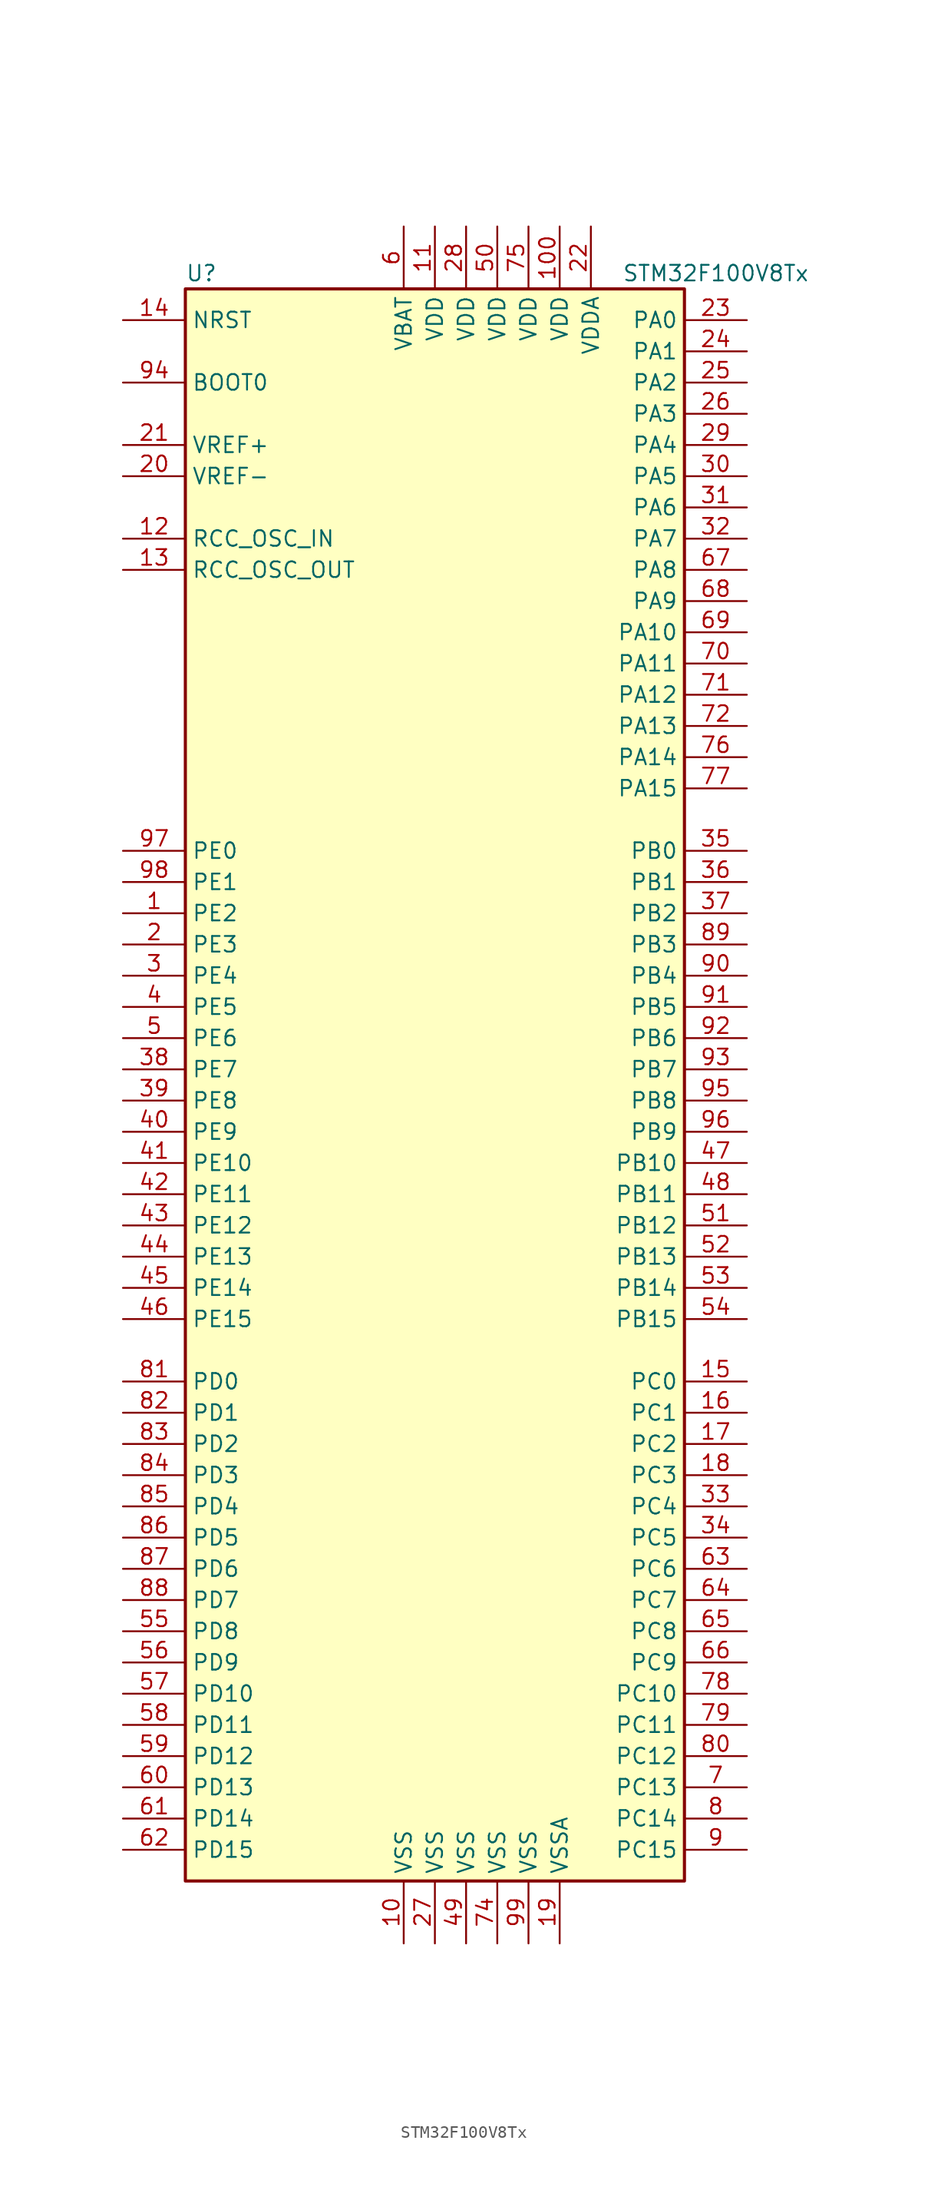
<source format=kicad_sym>
(kicad_symbol_lib
  (version 20201005)
  (generator kicad_symbol_editor)
  (symbol "MCU_ST_STM32F1:STM32F100V8Tx"
    (property "Reference" "U"
      (at -20.32 64.77 0)
      (effects (font (size 1.27 1.27)) (justify left)))
    (property "Value" "STM32F100V8Tx"
      (at 15.24 64.77 0)
      (effects (font (size 1.27 1.27)) (justify left)))
    (symbol "STM32F100V8Tx_0_1"
      (rectangle (start -20.32 -66.04) (end 20.32 63.5) (stroke (width 0.254)) (fill (type background))))
    (symbol "STM32F100V8Tx_1_1"
      (pin input line (at -25.4 55.88 0) (length 5.08) (name "BOOT0" (effects (font (size 1.27 1.27)))) (number "94" (effects (font (size 1.27 1.27)))))
      (pin no_connect line (at -20.32 -63.5 0) (length 5.08) hide (name "NC" (effects (font (size 1.27 1.27)))) (number "73" (effects (font (size 1.27 1.27)))))
      (pin input line (at -25.4 60.96 0) (length 5.08) (name "NRST" (effects (font (size 1.27 1.27)))) (number "14" (effects (font (size 1.27 1.27)))))
      (pin bidirectional line (at 25.4 60.96 180) (length 5.08) (name "PA0" (effects (font (size 1.27 1.27)))) (number "23" (effects (font (size 1.27 1.27)))))
      (pin bidirectional line (at 25.4 58.42 180) (length 5.08) (name "PA1" (effects (font (size 1.27 1.27)))) (number "24" (effects (font (size 1.27 1.27)))))
      (pin bidirectional line (at 25.4 35.56 180) (length 5.08) (name "PA10" (effects (font (size 1.27 1.27)))) (number "69" (effects (font (size 1.27 1.27)))))
      (pin bidirectional line (at 25.4 33.02 180) (length 5.08) (name "PA11" (effects (font (size 1.27 1.27)))) (number "70" (effects (font (size 1.27 1.27)))))
      (pin bidirectional line (at 25.4 30.48 180) (length 5.08) (name "PA12" (effects (font (size 1.27 1.27)))) (number "71" (effects (font (size 1.27 1.27)))))
      (pin bidirectional line (at 25.4 27.94 180) (length 5.08) (name "PA13" (effects (font (size 1.27 1.27)))) (number "72" (effects (font (size 1.27 1.27)))))
      (pin bidirectional line (at 25.4 25.4 180) (length 5.08) (name "PA14" (effects (font (size 1.27 1.27)))) (number "76" (effects (font (size 1.27 1.27)))))
      (pin bidirectional line (at 25.4 22.86 180) (length 5.08) (name "PA15" (effects (font (size 1.27 1.27)))) (number "77" (effects (font (size 1.27 1.27)))))
      (pin bidirectional line (at 25.4 55.88 180) (length 5.08) (name "PA2" (effects (font (size 1.27 1.27)))) (number "25" (effects (font (size 1.27 1.27)))))
      (pin bidirectional line (at 25.4 53.34 180) (length 5.08) (name "PA3" (effects (font (size 1.27 1.27)))) (number "26" (effects (font (size 1.27 1.27)))))
      (pin bidirectional line (at 25.4 50.8 180) (length 5.08) (name "PA4" (effects (font (size 1.27 1.27)))) (number "29" (effects (font (size 1.27 1.27)))))
      (pin bidirectional line (at 25.4 48.26 180) (length 5.08) (name "PA5" (effects (font (size 1.27 1.27)))) (number "30" (effects (font (size 1.27 1.27)))))
      (pin bidirectional line (at 25.4 45.72 180) (length 5.08) (name "PA6" (effects (font (size 1.27 1.27)))) (number "31" (effects (font (size 1.27 1.27)))))
      (pin bidirectional line (at 25.4 43.18 180) (length 5.08) (name "PA7" (effects (font (size 1.27 1.27)))) (number "32" (effects (font (size 1.27 1.27)))))
      (pin bidirectional line (at 25.4 40.64 180) (length 5.08) (name "PA8" (effects (font (size 1.27 1.27)))) (number "67" (effects (font (size 1.27 1.27)))))
      (pin bidirectional line (at 25.4 38.1 180) (length 5.08) (name "PA9" (effects (font (size 1.27 1.27)))) (number "68" (effects (font (size 1.27 1.27)))))
      (pin bidirectional line (at 25.4 17.78 180) (length 5.08) (name "PB0" (effects (font (size 1.27 1.27)))) (number "35" (effects (font (size 1.27 1.27)))))
      (pin bidirectional line (at 25.4 15.24 180) (length 5.08) (name "PB1" (effects (font (size 1.27 1.27)))) (number "36" (effects (font (size 1.27 1.27)))))
      (pin bidirectional line (at 25.4 -7.62 180) (length 5.08) (name "PB10" (effects (font (size 1.27 1.27)))) (number "47" (effects (font (size 1.27 1.27)))))
      (pin bidirectional line (at 25.4 -10.16 180) (length 5.08) (name "PB11" (effects (font (size 1.27 1.27)))) (number "48" (effects (font (size 1.27 1.27)))))
      (pin bidirectional line (at 25.4 -12.7 180) (length 5.08) (name "PB12" (effects (font (size 1.27 1.27)))) (number "51" (effects (font (size 1.27 1.27)))))
      (pin bidirectional line (at 25.4 -15.24 180) (length 5.08) (name "PB13" (effects (font (size 1.27 1.27)))) (number "52" (effects (font (size 1.27 1.27)))))
      (pin bidirectional line (at 25.4 -17.78 180) (length 5.08) (name "PB14" (effects (font (size 1.27 1.27)))) (number "53" (effects (font (size 1.27 1.27)))))
      (pin bidirectional line (at 25.4 -20.32 180) (length 5.08) (name "PB15" (effects (font (size 1.27 1.27)))) (number "54" (effects (font (size 1.27 1.27)))))
      (pin bidirectional line (at 25.4 12.7 180) (length 5.08) (name "PB2" (effects (font (size 1.27 1.27)))) (number "37" (effects (font (size 1.27 1.27)))))
      (pin bidirectional line (at 25.4 10.16 180) (length 5.08) (name "PB3" (effects (font (size 1.27 1.27)))) (number "89" (effects (font (size 1.27 1.27)))))
      (pin bidirectional line (at 25.4 7.62 180) (length 5.08) (name "PB4" (effects (font (size 1.27 1.27)))) (number "90" (effects (font (size 1.27 1.27)))))
      (pin bidirectional line (at 25.4 5.08 180) (length 5.08) (name "PB5" (effects (font (size 1.27 1.27)))) (number "91" (effects (font (size 1.27 1.27)))))
      (pin bidirectional line (at 25.4 2.54 180) (length 5.08) (name "PB6" (effects (font (size 1.27 1.27)))) (number "92" (effects (font (size 1.27 1.27)))))
      (pin bidirectional line (at 25.4 0 180) (length 5.08) (name "PB7" (effects (font (size 1.27 1.27)))) (number "93" (effects (font (size 1.27 1.27)))))
      (pin bidirectional line (at 25.4 -2.54 180) (length 5.08) (name "PB8" (effects (font (size 1.27 1.27)))) (number "95" (effects (font (size 1.27 1.27)))))
      (pin bidirectional line (at 25.4 -5.08 180) (length 5.08) (name "PB9" (effects (font (size 1.27 1.27)))) (number "96" (effects (font (size 1.27 1.27)))))
      (pin bidirectional line (at 25.4 -25.4 180) (length 5.08) (name "PC0" (effects (font (size 1.27 1.27)))) (number "15" (effects (font (size 1.27 1.27)))))
      (pin bidirectional line (at 25.4 -27.94 180) (length 5.08) (name "PC1" (effects (font (size 1.27 1.27)))) (number "16" (effects (font (size 1.27 1.27)))))
      (pin bidirectional line (at 25.4 -50.8 180) (length 5.08) (name "PC10" (effects (font (size 1.27 1.27)))) (number "78" (effects (font (size 1.27 1.27)))))
      (pin bidirectional line (at 25.4 -53.34 180) (length 5.08) (name "PC11" (effects (font (size 1.27 1.27)))) (number "79" (effects (font (size 1.27 1.27)))))
      (pin bidirectional line (at 25.4 -55.88 180) (length 5.08) (name "PC12" (effects (font (size 1.27 1.27)))) (number "80" (effects (font (size 1.27 1.27)))))
      (pin bidirectional line (at 25.4 -58.42 180) (length 5.08) (name "PC13" (effects (font (size 1.27 1.27)))) (number "7" (effects (font (size 1.27 1.27)))))
      (pin bidirectional line (at 25.4 -60.96 180) (length 5.08) (name "PC14" (effects (font (size 1.27 1.27)))) (number "8" (effects (font (size 1.27 1.27)))))
      (pin bidirectional line (at 25.4 -63.5 180) (length 5.08) (name "PC15" (effects (font (size 1.27 1.27)))) (number "9" (effects (font (size 1.27 1.27)))))
      (pin bidirectional line (at 25.4 -30.48 180) (length 5.08) (name "PC2" (effects (font (size 1.27 1.27)))) (number "17" (effects (font (size 1.27 1.27)))))
      (pin bidirectional line (at 25.4 -33.02 180) (length 5.08) (name "PC3" (effects (font (size 1.27 1.27)))) (number "18" (effects (font (size 1.27 1.27)))))
      (pin bidirectional line (at 25.4 -35.56 180) (length 5.08) (name "PC4" (effects (font (size 1.27 1.27)))) (number "33" (effects (font (size 1.27 1.27)))))
      (pin bidirectional line (at 25.4 -38.1 180) (length 5.08) (name "PC5" (effects (font (size 1.27 1.27)))) (number "34" (effects (font (size 1.27 1.27)))))
      (pin bidirectional line (at 25.4 -40.64 180) (length 5.08) (name "PC6" (effects (font (size 1.27 1.27)))) (number "63" (effects (font (size 1.27 1.27)))))
      (pin bidirectional line (at 25.4 -43.18 180) (length 5.08) (name "PC7" (effects (font (size 1.27 1.27)))) (number "64" (effects (font (size 1.27 1.27)))))
      (pin bidirectional line (at 25.4 -45.72 180) (length 5.08) (name "PC8" (effects (font (size 1.27 1.27)))) (number "65" (effects (font (size 1.27 1.27)))))
      (pin bidirectional line (at 25.4 -48.26 180) (length 5.08) (name "PC9" (effects (font (size 1.27 1.27)))) (number "66" (effects (font (size 1.27 1.27)))))
      (pin bidirectional line (at -25.4 -25.4 0) (length 5.08) (name "PD0" (effects (font (size 1.27 1.27)))) (number "81" (effects (font (size 1.27 1.27)))))
      (pin bidirectional line (at -25.4 -27.94 0) (length 5.08) (name "PD1" (effects (font (size 1.27 1.27)))) (number "82" (effects (font (size 1.27 1.27)))))
      (pin bidirectional line (at -25.4 -50.8 0) (length 5.08) (name "PD10" (effects (font (size 1.27 1.27)))) (number "57" (effects (font (size 1.27 1.27)))))
      (pin bidirectional line (at -25.4 -53.34 0) (length 5.08) (name "PD11" (effects (font (size 1.27 1.27)))) (number "58" (effects (font (size 1.27 1.27)))))
      (pin bidirectional line (at -25.4 -55.88 0) (length 5.08) (name "PD12" (effects (font (size 1.27 1.27)))) (number "59" (effects (font (size 1.27 1.27)))))
      (pin bidirectional line (at -25.4 -58.42 0) (length 5.08) (name "PD13" (effects (font (size 1.27 1.27)))) (number "60" (effects (font (size 1.27 1.27)))))
      (pin bidirectional line (at -25.4 -60.96 0) (length 5.08) (name "PD14" (effects (font (size 1.27 1.27)))) (number "61" (effects (font (size 1.27 1.27)))))
      (pin bidirectional line (at -25.4 -63.5 0) (length 5.08) (name "PD15" (effects (font (size 1.27 1.27)))) (number "62" (effects (font (size 1.27 1.27)))))
      (pin bidirectional line (at -25.4 -30.48 0) (length 5.08) (name "PD2" (effects (font (size 1.27 1.27)))) (number "83" (effects (font (size 1.27 1.27)))))
      (pin bidirectional line (at -25.4 -33.02 0) (length 5.08) (name "PD3" (effects (font (size 1.27 1.27)))) (number "84" (effects (font (size 1.27 1.27)))))
      (pin bidirectional line (at -25.4 -35.56 0) (length 5.08) (name "PD4" (effects (font (size 1.27 1.27)))) (number "85" (effects (font (size 1.27 1.27)))))
      (pin bidirectional line (at -25.4 -38.1 0) (length 5.08) (name "PD5" (effects (font (size 1.27 1.27)))) (number "86" (effects (font (size 1.27 1.27)))))
      (pin bidirectional line (at -25.4 -40.64 0) (length 5.08) (name "PD6" (effects (font (size 1.27 1.27)))) (number "87" (effects (font (size 1.27 1.27)))))
      (pin bidirectional line (at -25.4 -43.18 0) (length 5.08) (name "PD7" (effects (font (size 1.27 1.27)))) (number "88" (effects (font (size 1.27 1.27)))))
      (pin bidirectional line (at -25.4 -45.72 0) (length 5.08) (name "PD8" (effects (font (size 1.27 1.27)))) (number "55" (effects (font (size 1.27 1.27)))))
      (pin bidirectional line (at -25.4 -48.26 0) (length 5.08) (name "PD9" (effects (font (size 1.27 1.27)))) (number "56" (effects (font (size 1.27 1.27)))))
      (pin bidirectional line (at -25.4 17.78 0) (length 5.08) (name "PE0" (effects (font (size 1.27 1.27)))) (number "97" (effects (font (size 1.27 1.27)))))
      (pin bidirectional line (at -25.4 15.24 0) (length 5.08) (name "PE1" (effects (font (size 1.27 1.27)))) (number "98" (effects (font (size 1.27 1.27)))))
      (pin bidirectional line (at -25.4 -7.62 0) (length 5.08) (name "PE10" (effects (font (size 1.27 1.27)))) (number "41" (effects (font (size 1.27 1.27)))))
      (pin bidirectional line (at -25.4 -10.16 0) (length 5.08) (name "PE11" (effects (font (size 1.27 1.27)))) (number "42" (effects (font (size 1.27 1.27)))))
      (pin bidirectional line (at -25.4 -12.7 0) (length 5.08) (name "PE12" (effects (font (size 1.27 1.27)))) (number "43" (effects (font (size 1.27 1.27)))))
      (pin bidirectional line (at -25.4 -15.24 0) (length 5.08) (name "PE13" (effects (font (size 1.27 1.27)))) (number "44" (effects (font (size 1.27 1.27)))))
      (pin bidirectional line (at -25.4 -17.78 0) (length 5.08) (name "PE14" (effects (font (size 1.27 1.27)))) (number "45" (effects (font (size 1.27 1.27)))))
      (pin bidirectional line (at -25.4 -20.32 0) (length 5.08) (name "PE15" (effects (font (size 1.27 1.27)))) (number "46" (effects (font (size 1.27 1.27)))))
      (pin bidirectional line (at -25.4 12.7 0) (length 5.08) (name "PE2" (effects (font (size 1.27 1.27)))) (number "1" (effects (font (size 1.27 1.27)))))
      (pin bidirectional line (at -25.4 10.16 0) (length 5.08) (name "PE3" (effects (font (size 1.27 1.27)))) (number "2" (effects (font (size 1.27 1.27)))))
      (pin bidirectional line (at -25.4 7.62 0) (length 5.08) (name "PE4" (effects (font (size 1.27 1.27)))) (number "3" (effects (font (size 1.27 1.27)))))
      (pin bidirectional line (at -25.4 5.08 0) (length 5.08) (name "PE5" (effects (font (size 1.27 1.27)))) (number "4" (effects (font (size 1.27 1.27)))))
      (pin bidirectional line (at -25.4 2.54 0) (length 5.08) (name "PE6" (effects (font (size 1.27 1.27)))) (number "5" (effects (font (size 1.27 1.27)))))
      (pin bidirectional line (at -25.4 0 0) (length 5.08) (name "PE7" (effects (font (size 1.27 1.27)))) (number "38" (effects (font (size 1.27 1.27)))))
      (pin bidirectional line (at -25.4 -2.54 0) (length 5.08) (name "PE8" (effects (font (size 1.27 1.27)))) (number "39" (effects (font (size 1.27 1.27)))))
      (pin bidirectional line (at -25.4 -5.08 0) (length 5.08) (name "PE9" (effects (font (size 1.27 1.27)))) (number "40" (effects (font (size 1.27 1.27)))))
      (pin input line (at -25.4 43.18 0) (length 5.08) (name "RCC_OSC_IN" (effects (font (size 1.27 1.27)))) (number "12" (effects (font (size 1.27 1.27)))))
      (pin input line (at -25.4 40.64 0) (length 5.08) (name "RCC_OSC_OUT" (effects (font (size 1.27 1.27)))) (number "13" (effects (font (size 1.27 1.27)))))
      (pin power_in line (at -2.54 68.58 270) (length 5.08) (name "VBAT" (effects (font (size 1.27 1.27)))) (number "6" (effects (font (size 1.27 1.27)))))
      (pin power_in line (at 10.16 68.58 270) (length 5.08) (name "VDD" (effects (font (size 1.27 1.27)))) (number "100" (effects (font (size 1.27 1.27)))))
      (pin power_in line (at 0 68.58 270) (length 5.08) (name "VDD" (effects (font (size 1.27 1.27)))) (number "11" (effects (font (size 1.27 1.27)))))
      (pin power_in line (at 2.54 68.58 270) (length 5.08) (name "VDD" (effects (font (size 1.27 1.27)))) (number "28" (effects (font (size 1.27 1.27)))))
      (pin power_in line (at 5.08 68.58 270) (length 5.08) (name "VDD" (effects (font (size 1.27 1.27)))) (number "50" (effects (font (size 1.27 1.27)))))
      (pin power_in line (at 7.62 68.58 270) (length 5.08) (name "VDD" (effects (font (size 1.27 1.27)))) (number "75" (effects (font (size 1.27 1.27)))))
      (pin power_in line (at 12.7 68.58 270) (length 5.08) (name "VDDA" (effects (font (size 1.27 1.27)))) (number "22" (effects (font (size 1.27 1.27)))))
      (pin power_in line (at -25.4 50.8 0) (length 5.08) (name "VREF+" (effects (font (size 1.27 1.27)))) (number "21" (effects (font (size 1.27 1.27)))))
      (pin power_in line (at -25.4 48.26 0) (length 5.08) (name "VREF-" (effects (font (size 1.27 1.27)))) (number "20" (effects (font (size 1.27 1.27)))))
      (pin power_in line (at -2.54 -71.12 90) (length 5.08) (name "VSS" (effects (font (size 1.27 1.27)))) (number "10" (effects (font (size 1.27 1.27)))))
      (pin power_in line (at 0 -71.12 90) (length 5.08) (name "VSS" (effects (font (size 1.27 1.27)))) (number "27" (effects (font (size 1.27 1.27)))))
      (pin power_in line (at 2.54 -71.12 90) (length 5.08) (name "VSS" (effects (font (size 1.27 1.27)))) (number "49" (effects (font (size 1.27 1.27)))))
      (pin power_in line (at 5.08 -71.12 90) (length 5.08) (name "VSS" (effects (font (size 1.27 1.27)))) (number "74" (effects (font (size 1.27 1.27)))))
      (pin power_in line (at 7.62 -71.12 90) (length 5.08) (name "VSS" (effects (font (size 1.27 1.27)))) (number "99" (effects (font (size 1.27 1.27)))))
      (pin power_in line (at 10.16 -71.12 90) (length 5.08) (name "VSSA" (effects (font (size 1.27 1.27)))) (number "19" (effects (font (size 1.27 1.27))))))))
</source>
